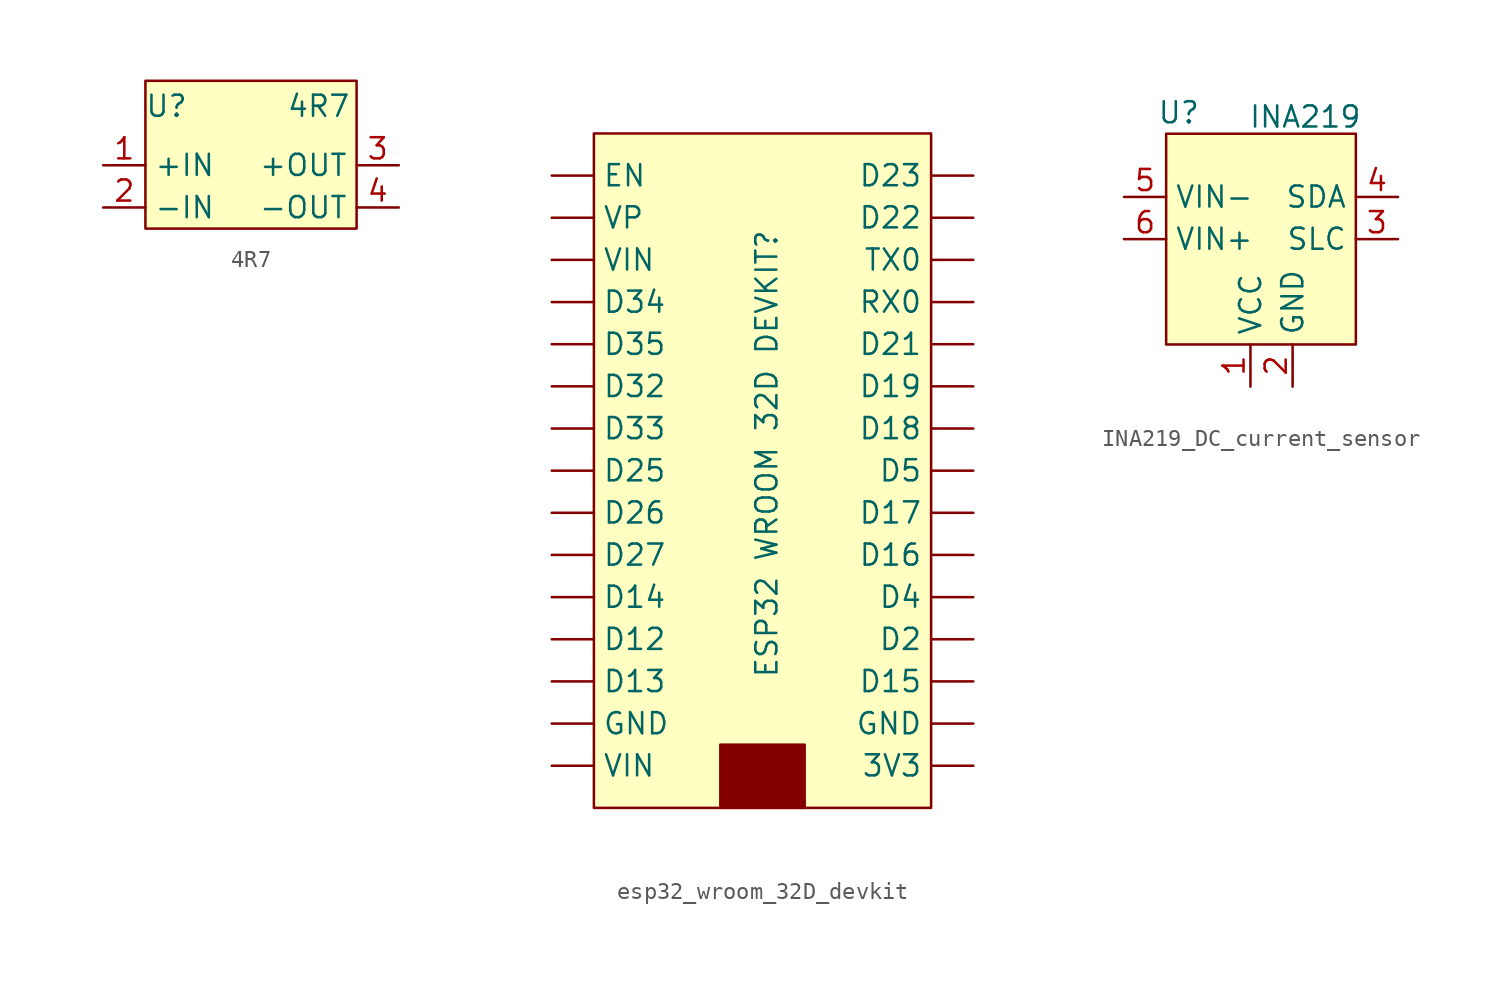
<source format=kicad_sym>
(kicad_symbol_lib
  (version 20231120)
  (generator "kicad_symbol_editor")
  (generator_version "8.0")
  (symbol "4R7"
    (property "Reference" "U"
      (at -5.08 3.556 0)
      (effects (font (size 1.27 1.27))))
    (property "Value" "4R7"
      (at 4.064 3.556 0)
      (effects (font (size 1.27 1.27))))
    (symbol "4R7_1_1"
      (rectangle (start -6.35 5.08) (end 6.35 -3.81) (stroke (width 0) (type default)) (fill (type background)))
      (pin input line (at -8.89 0 0) (length 2.54) (name "+IN" (effects (font (size 1.27 1.27)))) (number "1" (effects (font (size 1.27 1.27)))))
      (pin input line (at -8.89 -2.54 0) (length 2.54) (name "-IN" (effects (font (size 1.27 1.27)))) (number "2" (effects (font (size 1.27 1.27)))))
      (pin input line (at 8.89 0 180) (length 2.54) (name "+OUT" (effects (font (size 1.27 1.27)))) (number "3" (effects (font (size 1.27 1.27)))))
      (pin input line (at 8.89 -2.54 180) (length 2.54) (name "-OUT" (effects (font (size 1.27 1.27)))) (number "4" (effects (font (size 1.27 1.27)))))))
  (symbol "esp32_wroom_32D_devkit"
    (property "Reference" "ESP32 WROOM 32D DEVKIT"
      (at 0.254 -0.254 90)
      (effects (font (size 1.27 1.27))))
    (property "Value" ""
      (at 0 0 0)
      (effects (font (size 1.27 1.27))))
    (symbol "esp32_wroom_32D_devkit_1_1"
      (rectangle (start -10.16 19.05) (end 10.16 -21.59) (stroke (width 0) (type default)) (fill (type background)))
      (rectangle (start -2.54 -17.78) (end 2.54 -21.59) (stroke (width 0) (type default)) (fill (type outline)))
      (pin power_out line (at 12.7 -19.05 180) (length 2.54) (name "3V3" (effects (font (size 1.27 1.27)))) (number "" (effects (font (size 1.27 1.27)))))
      (pin bidirectional line (at -12.7 -11.43 0) (length 2.54) (name "D12" (effects (font (size 1.27 1.27)))) (number "" (effects (font (size 1.27 1.27)))))
      (pin bidirectional line (at -12.7 -13.97 0) (length 2.54) (name "D13" (effects (font (size 1.27 1.27)))) (number "" (effects (font (size 1.27 1.27)))))
      (pin bidirectional line (at -12.7 -8.89 0) (length 2.54) (name "D14" (effects (font (size 1.27 1.27)))) (number "" (effects (font (size 1.27 1.27)))))
      (pin bidirectional line (at 12.7 -13.97 180) (length 2.54) (name "D15" (effects (font (size 1.27 1.27)))) (number "" (effects (font (size 1.27 1.27)))))
      (pin bidirectional line (at 12.7 -6.35 180) (length 2.54) (name "D16" (effects (font (size 1.27 1.27)))) (number "" (effects (font (size 1.27 1.27)))))
      (pin bidirectional line (at 12.7 -3.81 180) (length 2.54) (name "D17" (effects (font (size 1.27 1.27)))) (number "" (effects (font (size 1.27 1.27)))))
      (pin bidirectional line (at 12.7 1.27 180) (length 2.54) (name "D18" (effects (font (size 1.27 1.27)))) (number "" (effects (font (size 1.27 1.27)))))
      (pin bidirectional line (at 12.7 3.81 180) (length 2.54) (name "D19" (effects (font (size 1.27 1.27)))) (number "" (effects (font (size 1.27 1.27)))))
      (pin bidirectional line (at 12.7 -11.43 180) (length 2.54) (name "D2" (effects (font (size 1.27 1.27)))) (number "" (effects (font (size 1.27 1.27)))))
      (pin bidirectional line (at 12.7 6.35 180) (length 2.54) (name "D21" (effects (font (size 1.27 1.27)))) (number "" (effects (font (size 1.27 1.27)))))
      (pin bidirectional line (at 12.7 13.97 180) (length 2.54) (name "D22" (effects (font (size 1.27 1.27)))) (number "" (effects (font (size 1.27 1.27)))))
      (pin input line (at 12.7 16.51 180) (length 2.54) (name "D23" (effects (font (size 1.27 1.27)))) (number "" (effects (font (size 1.27 1.27)))))
      (pin bidirectional line (at -12.7 -1.27 0) (length 2.54) (name "D25" (effects (font (size 1.27 1.27)))) (number "" (effects (font (size 1.27 1.27)))))
      (pin bidirectional line (at -12.7 -3.81 0) (length 2.54) (name "D26" (effects (font (size 1.27 1.27)))) (number "" (effects (font (size 1.27 1.27)))))
      (pin bidirectional line (at -12.7 -6.35 0) (length 2.54) (name "D27" (effects (font (size 1.27 1.27)))) (number "" (effects (font (size 1.27 1.27)))))
      (pin bidirectional line (at -12.7 3.81 0) (length 2.54) (name "D32" (effects (font (size 1.27 1.27)))) (number "" (effects (font (size 1.27 1.27)))))
      (pin bidirectional line (at -12.7 1.27 0) (length 2.54) (name "D33" (effects (font (size 1.27 1.27)))) (number "" (effects (font (size 1.27 1.27)))))
      (pin bidirectional line (at -12.7 8.89 0) (length 2.54) (name "D34" (effects (font (size 1.27 1.27)))) (number "" (effects (font (size 1.27 1.27)))))
      (pin bidirectional line (at -12.7 6.35 0) (length 2.54) (name "D35" (effects (font (size 1.27 1.27)))) (number "" (effects (font (size 1.27 1.27)))))
      (pin bidirectional line (at 12.7 -8.89 180) (length 2.54) (name "D4" (effects (font (size 1.27 1.27)))) (number "" (effects (font (size 1.27 1.27)))))
      (pin bidirectional line (at 12.7 -1.27 180) (length 2.54) (name "D5" (effects (font (size 1.27 1.27)))) (number "" (effects (font (size 1.27 1.27)))))
      (pin input line (at -12.7 16.51 0) (length 2.54) (name "EN" (effects (font (size 1.27 1.27)))) (number "" (effects (font (size 1.27 1.27)))))
      (pin bidirectional line (at -12.7 -16.51 0) (length 2.54) (name "GND" (effects (font (size 1.27 1.27)))) (number "" (effects (font (size 1.27 1.27)))))
      (pin input line (at 12.7 -16.51 180) (length 2.54) (name "GND" (effects (font (size 1.27 1.27)))) (number "" (effects (font (size 1.27 1.27)))))
      (pin bidirectional line (at 12.7 8.89 180) (length 2.54) (name "RX0" (effects (font (size 1.27 1.27)))) (number "" (effects (font (size 1.27 1.27)))))
      (pin bidirectional line (at 12.7 11.43 180) (length 2.54) (name "TX0" (effects (font (size 1.27 1.27)))) (number "" (effects (font (size 1.27 1.27)))))
      (pin power_in line (at -12.7 -19.05 0) (length 2.54) (name "VIN" (effects (font (size 1.27 1.27)))) (number "" (effects (font (size 1.27 1.27)))))
      (pin power_in line (at -12.7 11.43 0) (length 2.54) (name "VIN" (effects (font (size 1.27 1.27)))) (number "" (effects (font (size 1.27 1.27)))))
      (pin power_out line (at -12.7 13.97 0) (length 2.54) (name "VP" (effects (font (size 1.27 1.27)))) (number "" (effects (font (size 1.27 1.27)))))))
  (symbol "INA219_DC_current_sensor"
    (property "Reference" "U"
      (at -6.858 13.97 0)
      (effects (font (size 1.27 1.27))))
    (property "Value" "INA219"
      (at 0.762 13.716 0)
      (effects (font (size 1.27 1.27))))
    (symbol "INA219_DC_current_sensor_1_1"
      (rectangle (start -7.62 12.7) (end 3.81 0) (stroke (width 0) (type default)) (fill (type background)))
      (pin input line (at -2.54 -2.54 90) (length 2.54) (name "VCC" (effects (font (size 1.27 1.27)))) (number "1" (effects (font (size 1.27 1.27)))))
      (pin input line (at 0 -2.54 90) (length 2.54) (name "GND" (effects (font (size 1.27 1.27)))) (number "2" (effects (font (size 1.27 1.27)))))
      (pin input line (at 6.35 6.35 180) (length 2.54) (name "SLC" (effects (font (size 1.27 1.27)))) (number "3" (effects (font (size 1.27 1.27)))))
      (pin input line (at 6.35 8.89 180) (length 2.54) (name "SDA" (effects (font (size 1.27 1.27)))) (number "4" (effects (font (size 1.27 1.27)))))
      (pin input line (at -10.16 8.89 0) (length 2.54) (name "VIN-" (effects (font (size 1.27 1.27)))) (number "5" (effects (font (size 1.27 1.27)))))
      (pin input line (at -10.16 6.35 0) (length 2.54) (name "VIN+" (effects (font (size 1.27 1.27)))) (number "6" (effects (font (size 1.27 1.27))))))))
</source>
